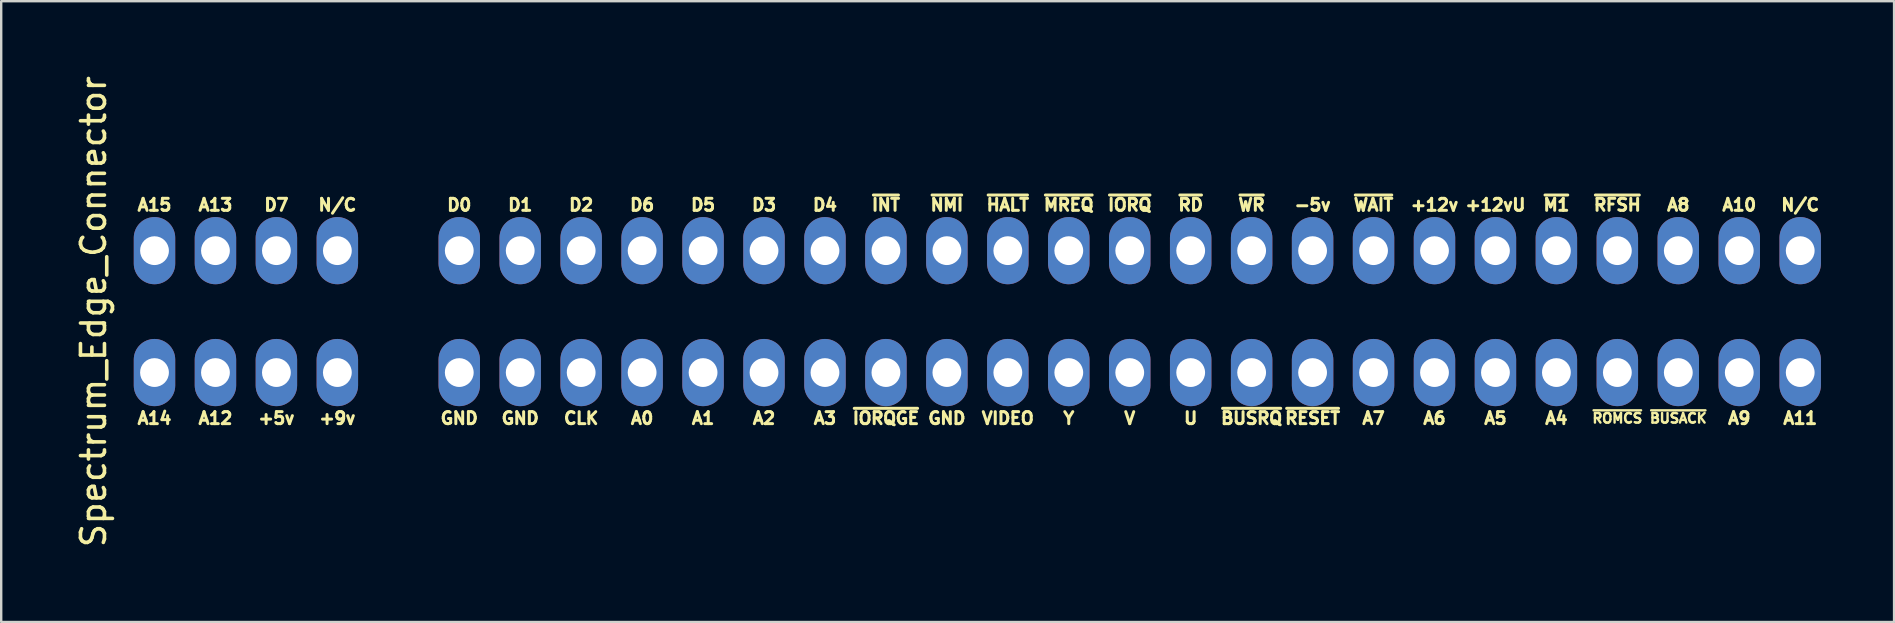
<source format=kicad_pcb>
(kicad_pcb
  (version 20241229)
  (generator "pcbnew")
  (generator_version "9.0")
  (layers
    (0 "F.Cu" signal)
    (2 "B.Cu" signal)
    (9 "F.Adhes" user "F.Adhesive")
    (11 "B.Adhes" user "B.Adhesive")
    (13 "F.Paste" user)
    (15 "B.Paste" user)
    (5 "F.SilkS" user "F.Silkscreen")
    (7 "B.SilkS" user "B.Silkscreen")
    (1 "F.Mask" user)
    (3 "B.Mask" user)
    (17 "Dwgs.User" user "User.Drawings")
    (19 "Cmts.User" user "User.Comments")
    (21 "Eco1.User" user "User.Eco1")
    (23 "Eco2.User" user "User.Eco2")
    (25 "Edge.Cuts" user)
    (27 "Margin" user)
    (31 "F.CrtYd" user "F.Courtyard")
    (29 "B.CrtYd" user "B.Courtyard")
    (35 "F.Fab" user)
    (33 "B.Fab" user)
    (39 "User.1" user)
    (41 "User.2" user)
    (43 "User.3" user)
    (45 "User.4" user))
  (footprint "Spectrum_Edge_Connector"
    (layer "F.Cu")
    (at 36.408 9.935)
    (property "Reference" "Spectrum_Edge_Connector" (at -35.56 0 90) (layer "F.SilkS") (effects (font (size 1 1) (thickness 0.15))))
    (attr through_hole)
    (fp_text user "A14" (at -33.02 4.445 0) (layer "F.SilkS") (effects (font (size 0.5 0.5) (thickness 0.125))))
    (fp_text user "A5" (at 22.86 4.445 0) (layer "F.SilkS") (effects (font (size 0.5 0.5) (thickness 0.125))))
    (fp_text user "~{M1}" (at 25.4 -4.445 0) (layer "F.SilkS") (effects (font (size 0.5 0.5) (thickness 0.125))))
    (fp_text user "~{NMI}" (at 0 -4.445 0) (layer "F.SilkS") (effects (font (size 0.5 0.5) (thickness 0.125))))
    (fp_text user "~{RESET}" (at 15.24 4.445 0) (layer "F.SilkS") (effects (font (size 0.5 0.5) (thickness 0.125))))
    (fp_text user "A4" (at 25.4 4.445 0) (layer "F.SilkS") (effects (font (size 0.5 0.5) (thickness 0.125))))
    (fp_text user "A7" (at 17.78 4.445 0) (layer "F.SilkS") (effects (font (size 0.5 0.5) (thickness 0.125))))
    (fp_text user "N/C" (at 35.56 -4.445 0) (layer "F.SilkS") (effects (font (size 0.5 0.5) (thickness 0.125))))
    (fp_text user "D2" (at -15.24 -4.445 0) (layer "F.SilkS") (effects (font (size 0.5 0.5) (thickness 0.125))))
    (fp_text user "A11" (at 35.56 4.445 0) (layer "F.SilkS") (effects (font (size 0.5 0.5) (thickness 0.125))))
    (fp_text user "A9" (at 33.02 4.445 0) (layer "F.SilkS") (effects (font (size 0.5 0.5) (thickness 0.125))))
    (fp_text user "~{IORQGE}" (at -2.54 4.445 0) (layer "F.SilkS") (effects (font (size 0.5 0.5) (thickness 0.125))))
    (fp_text user "V" (at 7.62 4.445 0) (layer "F.SilkS") (effects (font (size 0.5 0.5) (thickness 0.125))))
    (fp_text user "A13" (at -30.48 -4.445 0) (layer "F.SilkS") (effects (font (size 0.5 0.5) (thickness 0.125))))
    (fp_text user "+9v" (at -25.4 4.445 0) (layer "F.SilkS") (effects (font (size 0.5 0.5) (thickness 0.125))))
    (fp_text user "N/C" (at -25.4 -4.445 0) (layer "F.SilkS") (effects (font (size 0.5 0.5) (thickness 0.125))))
    (fp_text user "A10" (at 33.02 -4.445 0) (layer "F.SilkS") (effects (font (size 0.5 0.5) (thickness 0.125))))
    (fp_text user "D7" (at -27.94 -4.445 0) (layer "F.SilkS") (effects (font (size 0.5 0.5) (thickness 0.125))))
    (fp_text user "+5v" (at -27.94 4.445 0) (layer "F.SilkS") (effects (font (size 0.5 0.5) (thickness 0.125))))
    (fp_text user "GND" (at -17.78 4.445 0) (layer "F.SilkS") (effects (font (size 0.5 0.5) (thickness 0.125))))
    (fp_text user "~{RD}" (at 10.16 -4.445 0) (layer "F.SilkS") (effects (font (size 0.5 0.5) (thickness 0.125))))
    (fp_text user "A8" (at 30.48 -4.445 0) (layer "F.SilkS") (effects (font (size 0.5 0.5) (thickness 0.125))))
    (fp_text user "+12v" (at 20.32 -4.445 0) (layer "F.SilkS") (effects (font (size 0.5 0.5) (thickness 0.125))))
    (fp_text user "~{WAIT}" (at 17.78 -4.445 0) (layer "F.SilkS") (effects (font (size 0.5 0.5) (thickness 0.125))))
    (fp_text user "~{BUSACK}" (at 30.48 4.445 0) (layer "F.SilkS") (effects (font (size 0.4 0.4) (thickness 0.1))))
    (fp_text user "U" (at 10.16 4.445 0) (layer "F.SilkS") (effects (font (size 0.5 0.5) (thickness 0.125))))
    (fp_text user "A2" (at -7.62 4.445 0) (layer "F.SilkS") (effects (font (size 0.5 0.5) (thickness 0.125))))
    (fp_text user "D6" (at -12.7 -4.445 0) (layer "F.SilkS") (effects (font (size 0.5 0.5) (thickness 0.125))))
    (fp_text user "A3" (at -5.08 4.445 0) (layer "F.SilkS") (effects (font (size 0.5 0.5) (thickness 0.125))))
    (fp_text user "D3" (at -7.62 -4.445 0) (layer "F.SilkS") (effects (font (size 0.5 0.5) (thickness 0.125))))
    (fp_text user "Y" (at 5.08 4.445 0) (layer "F.SilkS") (effects (font (size 0.5 0.5) (thickness 0.125))))
    (fp_text user "D4" (at -5.08 -4.445 0) (layer "F.SilkS") (effects (font (size 0.5 0.5) (thickness 0.125))))
    (fp_text user "A15" (at -33.02 -4.445 0) (layer "F.SilkS") (effects (font (size 0.5 0.5) (thickness 0.125))))
    (fp_text user "~{WR}" (at 12.7 -4.445 0) (layer "F.SilkS") (effects (font (size 0.5 0.5) (thickness 0.125))))
    (fp_text user "~{BUSRQ}" (at 12.7 4.445 0) (layer "F.SilkS") (effects (font (size 0.5 0.5) (thickness 0.125))))
    (fp_text user "~{IORQ}" (at 7.62 -4.445 0) (layer "F.SilkS") (effects (font (size 0.5 0.5) (thickness 0.125))))
    (fp_text user "D0" (at -20.32 -4.445 0) (layer "F.SilkS") (effects (font (size 0.5 0.5) (thickness 0.125))))
    (fp_text user "D5" (at -10.16 -4.445 0) (layer "F.SilkS") (effects (font (size 0.5 0.5) (thickness 0.125))))
    (fp_text user "CLK" (at -15.24 4.445 0) (layer "F.SilkS") (effects (font (size 0.5 0.5) (thickness 0.125))))
    (fp_text user "A0" (at -12.7 4.445 0) (layer "F.SilkS") (effects (font (size 0.5 0.5) (thickness 0.125))))
    (fp_text user "GND" (at -20.32 4.445 0) (layer "F.SilkS") (effects (font (size 0.5 0.5) (thickness 0.125))))
    (fp_text user "+12vU" (at 22.86 -4.445 0) (layer "F.SilkS") (effects (font (size 0.5 0.5) (thickness 0.125))))
    (fp_text user "A1" (at -10.16 4.445 0) (layer "F.SilkS") (effects (font (size 0.5 0.5) (thickness 0.125))))
    (fp_text user "~{RFSH}" (at 27.94 -4.445 0) (layer "F.SilkS") (effects (font (size 0.5 0.5) (thickness 0.125))))
    (fp_text user "~{HALT}" (at 2.54 -4.445 0) (layer "F.SilkS") (effects (font (size 0.5 0.5) (thickness 0.125))))
    (fp_text user "~{ROMCS}" (at 27.94 4.445 0) (layer "F.SilkS") (effects (font (size 0.4 0.4) (thickness 0.1))))
    (fp_text user "GND" (at 0 4.445 0) (layer "F.SilkS") (effects (font (size 0.5 0.5) (thickness 0.125))))
    (fp_text user "~{INT}" (at -2.54 -4.445 0) (layer "F.SilkS") (effects (font (size 0.5 0.5) (thickness 0.125))))
    (fp_text user "-5v" (at 15.24 -4.445 0) (layer "F.SilkS") (effects (font (size 0.5 0.5) (thickness 0.125))))
    (fp_text user "A6" (at 20.32 4.445 0) (layer "F.SilkS") (effects (font (size 0.5 0.5) (thickness 0.125))))
    (fp_text user "A12" (at -30.48 4.445 0) (layer "F.SilkS") (effects (font (size 0.5 0.5) (thickness 0.125))))
    (fp_text user "D1" (at -17.78 -4.445 0) (layer "F.SilkS") (effects (font (size 0.5 0.5) (thickness 0.125))))
    (fp_text user "VIDEO" (at 2.54 4.445 0) (layer "F.SilkS") (effects (font (size 0.5 0.5) (thickness 0.125))))
    (fp_text user "~{MREQ}" (at 5.08 -4.445 0) (layer "F.SilkS") (effects (font (size 0.5 0.5) (thickness 0.125))))
    (pad "A1" thru_hole oval (at -33.02 -2.54) (size 1.727 2.8) (drill 1.2) (layers "*.Cu" "*.Mask"))
    (pad "A2" thru_hole oval (at -30.48 -2.54) (size 1.727 2.8) (drill 1.2) (layers "*.Cu" "*.Mask"))
    (pad "A3" thru_hole oval (at -27.94 -2.54) (size 1.727 2.8) (drill 1.2) (layers "*.Cu" "*.Mask"))
    (pad "A4" thru_hole oval (at -25.4 -2.54) (size 1.727 2.8) (drill 1.2) (layers "*.Cu" "*.Mask"))
    (pad "A6" thru_hole oval (at -20.32 -2.54) (size 1.727 2.8) (drill 1.2) (layers "*.Cu" "*.Mask"))
    (pad "A7" thru_hole oval (at -17.78 -2.54) (size 1.727 2.8) (drill 1.2) (layers "*.Cu" "*.Mask"))
    (pad "A8" thru_hole oval (at -15.24 -2.54) (size 1.727 2.8) (drill 1.2) (layers "*.Cu" "*.Mask"))
    (pad "A9" thru_hole oval (at -12.7 -2.54) (size 1.727 2.8) (drill 1.2) (layers "*.Cu" "*.Mask"))
    (pad "A10" thru_hole oval (at -10.16 -2.54) (size 1.727 2.8) (drill 1.2) (layers "*.Cu" "*.Mask"))
    (pad "A11" thru_hole oval (at -7.62 -2.54) (size 1.727 2.8) (drill 1.2) (layers "*.Cu" "*.Mask"))
    (pad "A12" thru_hole oval (at -5.08 -2.54) (size 1.727 2.8) (drill 1.2) (layers "*.Cu" "*.Mask"))
    (pad "A13" thru_hole oval (at -2.54 -2.54) (size 1.727 2.8) (drill 1.2) (layers "*.Cu" "*.Mask"))
    (pad "A14" thru_hole oval (at 0 -2.54) (size 1.727 2.8) (drill 1.2) (layers "*.Cu" "*.Mask"))
    (pad "A15" thru_hole oval (at 2.54 -2.54) (size 1.727 2.8) (drill 1.2) (layers "*.Cu" "*.Mask"))
    (pad "A16" thru_hole oval (at 5.08 -2.54) (size 1.727 2.8) (drill 1.2) (layers "*.Cu" "*.Mask"))
    (pad "A17" thru_hole oval (at 7.62 -2.54) (size 1.727 2.8) (drill 1.2) (layers "*.Cu" "*.Mask"))
    (pad "A18" thru_hole oval (at 10.16 -2.54) (size 1.727 2.8) (drill 1.2) (layers "*.Cu" "*.Mask"))
    (pad "A19" thru_hole oval (at 12.7 -2.54) (size 1.727 2.8) (drill 1.2) (layers "*.Cu" "*.Mask"))
    (pad "A20" thru_hole oval (at 15.24 -2.54) (size 1.727 2.8) (drill 1.2) (layers "*.Cu" "*.Mask"))
    (pad "A21" thru_hole oval (at 17.78 -2.54) (size 1.727 2.8) (drill 1.2) (layers "*.Cu" "*.Mask"))
    (pad "A22" thru_hole oval (at 20.32 -2.54) (size 1.727 2.8) (drill 1.2) (layers "*.Cu" "*.Mask"))
    (pad "A23" thru_hole oval (at 22.86 -2.54) (size 1.727 2.8) (drill 1.2) (layers "*.Cu" "*.Mask"))
    (pad "A24" thru_hole oval (at 25.4 -2.54) (size 1.727 2.8) (drill 1.2) (layers "*.Cu" "*.Mask"))
    (pad "A25" thru_hole oval (at 27.94 -2.54) (size 1.727 2.8) (drill 1.2) (layers "*.Cu" "*.Mask"))
    (pad "A26" thru_hole oval (at 30.48 -2.54) (size 1.727 2.8) (drill 1.2) (layers "*.Cu" "*.Mask"))
    (pad "A27" thru_hole oval (at 33.02 -2.54) (size 1.727 2.8) (drill 1.2) (layers "*.Cu" "*.Mask"))
    (pad "A28" thru_hole oval (at 35.56 -2.54) (size 1.727 2.8) (drill 1.2) (layers "*.Cu" "*.Mask"))
    (pad "B1" thru_hole oval (at -33.02 2.54) (size 1.727 2.8) (drill 1.2) (layers "*.Cu" "*.Mask"))
    (pad "B2" thru_hole oval (at -30.48 2.54) (size 1.727 2.8) (drill 1.2) (layers "*.Cu" "*.Mask"))
    (pad "B3" thru_hole oval (at -27.94 2.54) (size 1.727 2.8) (drill 1.2) (layers "*.Cu" "*.Mask"))
    (pad "B4" thru_hole oval (at -25.4 2.54) (size 1.727 2.8) (drill 1.2) (layers "*.Cu" "*.Mask"))
    (pad "B6" thru_hole oval (at -20.32 2.54) (size 1.727 2.8) (drill 1.2) (layers "*.Cu" "*.Mask"))
    (pad "B7" thru_hole oval (at -17.78 2.54) (size 1.727 2.8) (drill 1.2) (layers "*.Cu" "*.Mask"))
    (pad "B8" thru_hole oval (at -15.24 2.54) (size 1.727 2.8) (drill 1.2) (layers "*.Cu" "*.Mask"))
    (pad "B9" thru_hole oval (at -12.7 2.54) (size 1.727 2.8) (drill 1.2) (layers "*.Cu" "*.Mask"))
    (pad "B10" thru_hole oval (at -10.16 2.54) (size 1.727 2.8) (drill 1.2) (layers "*.Cu" "*.Mask"))
    (pad "B11" thru_hole oval (at -7.62 2.54) (size 1.727 2.8) (drill 1.2) (layers "*.Cu" "*.Mask"))
    (pad "B12" thru_hole oval (at -5.08 2.54) (size 1.727 2.8) (drill 1.2) (layers "*.Cu" "*.Mask"))
    (pad "B13" thru_hole oval (at -2.54 2.54) (size 1.727 2.8) (drill 1.2) (layers "*.Cu" "*.Mask"))
    (pad "B14" thru_hole oval (at 0 2.54) (size 1.727 2.8) (drill 1.2) (layers "*.Cu" "*.Mask"))
    (pad "B15" thru_hole oval (at 2.54 2.54) (size 1.727 2.8) (drill 1.2) (layers "*.Cu" "*.Mask"))
    (pad "B16" thru_hole oval (at 5.08 2.54) (size 1.727 2.8) (drill 1.2) (layers "*.Cu" "*.Mask"))
    (pad "B17" thru_hole oval (at 7.62 2.54) (size 1.727 2.8) (drill 1.2) (layers "*.Cu" "*.Mask"))
    (pad "B18" thru_hole oval (at 10.16 2.54) (size 1.727 2.8) (drill 1.2) (layers "*.Cu" "*.Mask"))
    (pad "B19" thru_hole oval (at 12.7 2.54) (size 1.727 2.8) (drill 1.2) (layers "*.Cu" "*.Mask"))
    (pad "B20" thru_hole oval (at 15.24 2.54) (size 1.727 2.8) (drill 1.2) (layers "*.Cu" "*.Mask"))
    (pad "B21" thru_hole oval (at 17.78 2.54) (size 1.727 2.8) (drill 1.2) (layers "*.Cu" "*.Mask"))
    (pad "B22" thru_hole oval (at 20.32 2.54) (size 1.727 2.8) (drill 1.2) (layers "*.Cu" "*.Mask"))
    (pad "B23" thru_hole oval (at 22.86 2.54) (size 1.727 2.8) (drill 1.2) (layers "*.Cu" "*.Mask"))
    (pad "B24" thru_hole oval (at 25.4 2.54) (size 1.727 2.8) (drill 1.2) (layers "*.Cu" "*.Mask"))
    (pad "B25" thru_hole oval (at 27.94 2.54) (size 1.727 2.8) (drill 1.2) (layers "*.Cu" "*.Mask"))
    (pad "B26" thru_hole oval (at 30.48 2.54) (size 1.727 2.8) (drill 1.2) (layers "*.Cu" "*.Mask"))
    (pad "B27" thru_hole oval (at 33.02 2.54) (size 1.727 2.8) (drill 1.2) (layers "*.Cu" "*.Mask"))
    (pad "B28" thru_hole oval (at 35.56 2.54) (size 1.727 2.8) (drill 1.2) (layers "*.Cu" "*.Mask")))
  (gr_rect
    (start -3 -3)
    (end 75.88 22.869)
    (stroke (width 0.1) (type default))
    (fill no)
    (layer "Edge.Cuts")))
</source>
